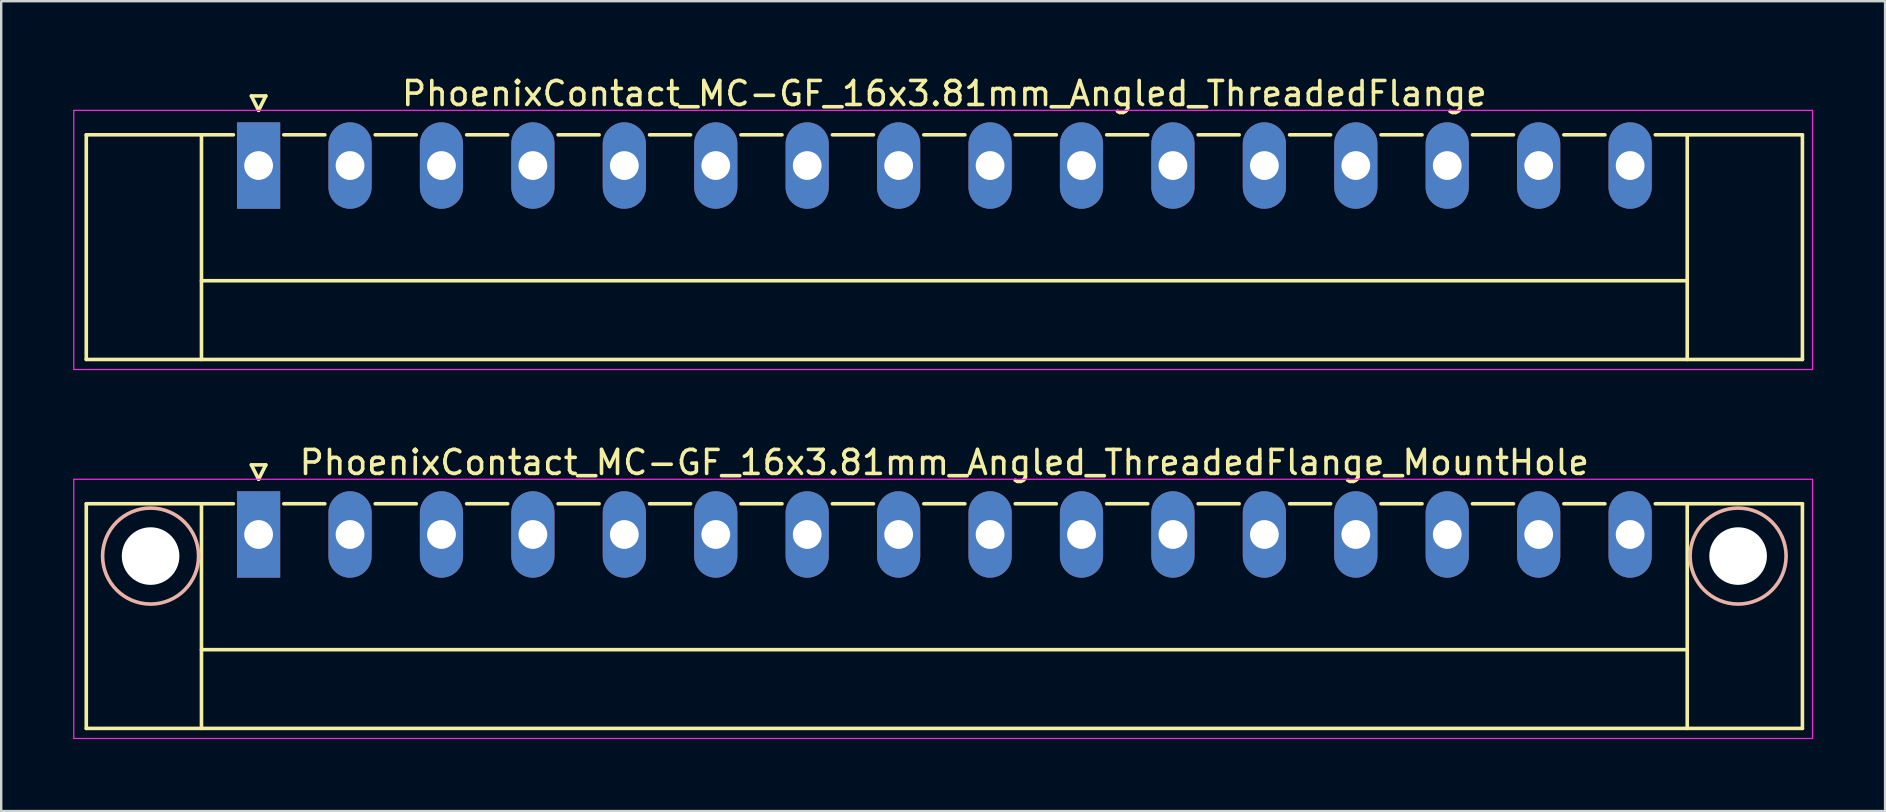
<source format=kicad_pcb>
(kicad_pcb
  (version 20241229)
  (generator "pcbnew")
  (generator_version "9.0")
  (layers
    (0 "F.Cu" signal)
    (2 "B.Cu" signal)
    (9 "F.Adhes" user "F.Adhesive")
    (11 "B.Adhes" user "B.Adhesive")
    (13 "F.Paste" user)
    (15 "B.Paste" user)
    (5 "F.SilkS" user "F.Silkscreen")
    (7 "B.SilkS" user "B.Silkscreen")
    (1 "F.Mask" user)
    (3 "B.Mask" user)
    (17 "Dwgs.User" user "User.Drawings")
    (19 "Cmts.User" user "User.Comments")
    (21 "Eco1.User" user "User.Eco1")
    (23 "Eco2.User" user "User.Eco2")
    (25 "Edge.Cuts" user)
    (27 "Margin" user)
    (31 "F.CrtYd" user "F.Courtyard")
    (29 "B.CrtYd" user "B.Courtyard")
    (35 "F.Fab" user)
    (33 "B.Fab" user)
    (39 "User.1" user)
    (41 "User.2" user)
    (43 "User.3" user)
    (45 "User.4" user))
  (footprint "PhoenixContact_MC-GF_16x3.81mm_Angled_ThreadedFlange"
    (layer "F.Cu")
    (at 7.725 3.848)
    (property "Reference" "PhoenixContact_MC-GF_16x3.81mm_Angled_ThreadedFlange" (at 28.575 -3 0) (layer "F.SilkS") (effects (font (size 1 1) (thickness 0.15))))
    (attr through_hole)
    (fp_line (start -7.18 -1.28) (end -7.18 8.08) (stroke (width 0.15) (type solid)) (layer "F.SilkS"))
    (fp_line (start -7.18 -1.28) (end -1.05 -1.28) (stroke (width 0.15) (type solid)) (layer "F.SilkS"))
    (fp_line (start -7.18 8.08) (end 64.33 8.08) (stroke (width 0.15) (type solid)) (layer "F.SilkS"))
    (fp_line (start -2.38 -1.28) (end -2.38 8.08) (stroke (width 0.15) (type solid)) (layer "F.SilkS"))
    (fp_line (start -2.38 4.8) (end 59.53 4.8) (stroke (width 0.15) (type solid)) (layer "F.SilkS"))
    (fp_line (start -0.3 -2.9) (end 0 -2.3) (stroke (width 0.15) (type solid)) (layer "F.SilkS"))
    (fp_line (start 0 -2.3) (end 0.3 -2.9) (stroke (width 0.15) (type solid)) (layer "F.SilkS"))
    (fp_line (start 0.3 -2.9) (end -0.3 -2.9) (stroke (width 0.15) (type solid)) (layer "F.SilkS"))
    (fp_line (start 1.05 -1.28) (end 2.76 -1.28) (stroke (width 0.15) (type solid)) (layer "F.SilkS"))
    (fp_line (start 4.86 -1.28) (end 6.57 -1.28) (stroke (width 0.15) (type solid)) (layer "F.SilkS"))
    (fp_line (start 8.67 -1.28) (end 10.38 -1.28) (stroke (width 0.15) (type solid)) (layer "F.SilkS"))
    (fp_line (start 12.48 -1.28) (end 14.19 -1.28) (stroke (width 0.15) (type solid)) (layer "F.SilkS"))
    (fp_line (start 16.29 -1.28) (end 18 -1.28) (stroke (width 0.15) (type solid)) (layer "F.SilkS"))
    (fp_line (start 20.1 -1.28) (end 21.81 -1.28) (stroke (width 0.15) (type solid)) (layer "F.SilkS"))
    (fp_line (start 23.91 -1.28) (end 25.62 -1.28) (stroke (width 0.15) (type solid)) (layer "F.SilkS"))
    (fp_line (start 27.72 -1.28) (end 29.43 -1.28) (stroke (width 0.15) (type solid)) (layer "F.SilkS"))
    (fp_line (start 31.53 -1.28) (end 33.24 -1.28) (stroke (width 0.15) (type solid)) (layer "F.SilkS"))
    (fp_line (start 35.34 -1.28) (end 37.05 -1.28) (stroke (width 0.15) (type solid)) (layer "F.SilkS"))
    (fp_line (start 39.15 -1.28) (end 40.86 -1.28) (stroke (width 0.15) (type solid)) (layer "F.SilkS"))
    (fp_line (start 42.96 -1.28) (end 44.67 -1.28) (stroke (width 0.15) (type solid)) (layer "F.SilkS"))
    (fp_line (start 46.77 -1.28) (end 48.48 -1.28) (stroke (width 0.15) (type solid)) (layer "F.SilkS"))
    (fp_line (start 50.58 -1.28) (end 52.29 -1.28) (stroke (width 0.15) (type solid)) (layer "F.SilkS"))
    (fp_line (start 54.39 -1.28) (end 56.1 -1.28) (stroke (width 0.15) (type solid)) (layer "F.SilkS"))
    (fp_line (start 59.53 -1.28) (end 59.53 8.08) (stroke (width 0.15) (type solid)) (layer "F.SilkS"))
    (fp_line (start 64.33 -1.28) (end 58.2 -1.28) (stroke (width 0.15) (type solid)) (layer "F.SilkS"))
    (fp_line (start 64.33 8.08) (end 64.33 -1.28) (stroke (width 0.15) (type solid)) (layer "F.SilkS"))
    (fp_line (start -7.7 -2.3) (end -7.7 8.5) (stroke (width 0.05) (type solid)) (layer "F.CrtYd"))
    (fp_line (start -7.7 8.5) (end 64.75 8.5) (stroke (width 0.05) (type solid)) (layer "F.CrtYd"))
    (fp_line (start 64.75 -2.3) (end -7.7 -2.3) (stroke (width 0.05) (type solid)) (layer "F.CrtYd"))
    (fp_line (start 64.75 8.5) (end 64.75 -2.3) (stroke (width 0.05) (type solid)) (layer "F.CrtYd"))
    (pad "1" thru_hole rect (at 0 0) (size 1.8 3.6) (drill 1.2) (layers "*.Cu" "*.Mask"))
    (pad "2" thru_hole oval (at 3.81 0) (size 1.8 3.6) (drill 1.2) (layers "*.Cu" "*.Mask"))
    (pad "3" thru_hole oval (at 7.62 0) (size 1.8 3.6) (drill 1.2) (layers "*.Cu" "*.Mask"))
    (pad "4" thru_hole oval (at 11.43 0) (size 1.8 3.6) (drill 1.2) (layers "*.Cu" "*.Mask"))
    (pad "5" thru_hole oval (at 15.24 0) (size 1.8 3.6) (drill 1.2) (layers "*.Cu" "*.Mask"))
    (pad "6" thru_hole oval (at 19.05 0) (size 1.8 3.6) (drill 1.2) (layers "*.Cu" "*.Mask"))
    (pad "7" thru_hole oval (at 22.86 0) (size 1.8 3.6) (drill 1.2) (layers "*.Cu" "*.Mask"))
    (pad "8" thru_hole oval (at 26.67 0) (size 1.8 3.6) (drill 1.2) (layers "*.Cu" "*.Mask"))
    (pad "9" thru_hole oval (at 30.48 0) (size 1.8 3.6) (drill 1.2) (layers "*.Cu" "*.Mask"))
    (pad "10" thru_hole oval (at 34.29 0) (size 1.8 3.6) (drill 1.2) (layers "*.Cu" "*.Mask"))
    (pad "11" thru_hole oval (at 38.1 0) (size 1.8 3.6) (drill 1.2) (layers "*.Cu" "*.Mask"))
    (pad "12" thru_hole oval (at 41.91 0) (size 1.8 3.6) (drill 1.2) (layers "*.Cu" "*.Mask"))
    (pad "13" thru_hole oval (at 45.72 0) (size 1.8 3.6) (drill 1.2) (layers "*.Cu" "*.Mask"))
    (pad "14" thru_hole oval (at 49.53 0) (size 1.8 3.6) (drill 1.2) (layers "*.Cu" "*.Mask"))
    (pad "15" thru_hole oval (at 53.34 0) (size 1.8 3.6) (drill 1.2) (layers "*.Cu" "*.Mask"))
    (pad "16" thru_hole oval (at 57.15 0) (size 1.8 3.6) (drill 1.2) (layers "*.Cu" "*.Mask")))
  (footprint "PhoenixContact_MC-GF_16x3.81mm_Angled_ThreadedFlange_MountHole"
    (layer "F.Cu")
    (at 7.725 19.221)
    (property "Reference" "PhoenixContact_MC-GF_16x3.81mm_Angled_ThreadedFlange_MountHole" (at 28.575 -3 0) (layer "F.SilkS") (effects (font (size 1 1) (thickness 0.15))))
    (attr through_hole)
    (fp_line (start -7.18 -1.28) (end -7.18 8.08) (stroke (width 0.15) (type solid)) (layer "F.SilkS"))
    (fp_line (start -7.18 -1.28) (end -1.05 -1.28) (stroke (width 0.15) (type solid)) (layer "F.SilkS"))
    (fp_line (start -7.18 8.08) (end 64.33 8.08) (stroke (width 0.15) (type solid)) (layer "F.SilkS"))
    (fp_line (start -2.38 -1.28) (end -2.38 8.08) (stroke (width 0.15) (type solid)) (layer "F.SilkS"))
    (fp_line (start -2.38 4.8) (end 59.53 4.8) (stroke (width 0.15) (type solid)) (layer "F.SilkS"))
    (fp_line (start -0.3 -2.9) (end 0 -2.3) (stroke (width 0.15) (type solid)) (layer "F.SilkS"))
    (fp_line (start 0 -2.3) (end 0.3 -2.9) (stroke (width 0.15) (type solid)) (layer "F.SilkS"))
    (fp_line (start 0.3 -2.9) (end -0.3 -2.9) (stroke (width 0.15) (type solid)) (layer "F.SilkS"))
    (fp_line (start 1.05 -1.28) (end 2.76 -1.28) (stroke (width 0.15) (type solid)) (layer "F.SilkS"))
    (fp_line (start 4.86 -1.28) (end 6.57 -1.28) (stroke (width 0.15) (type solid)) (layer "F.SilkS"))
    (fp_line (start 8.67 -1.28) (end 10.38 -1.28) (stroke (width 0.15) (type solid)) (layer "F.SilkS"))
    (fp_line (start 12.48 -1.28) (end 14.19 -1.28) (stroke (width 0.15) (type solid)) (layer "F.SilkS"))
    (fp_line (start 16.29 -1.28) (end 18 -1.28) (stroke (width 0.15) (type solid)) (layer "F.SilkS"))
    (fp_line (start 20.1 -1.28) (end 21.81 -1.28) (stroke (width 0.15) (type solid)) (layer "F.SilkS"))
    (fp_line (start 23.91 -1.28) (end 25.62 -1.28) (stroke (width 0.15) (type solid)) (layer "F.SilkS"))
    (fp_line (start 27.72 -1.28) (end 29.43 -1.28) (stroke (width 0.15) (type solid)) (layer "F.SilkS"))
    (fp_line (start 31.53 -1.28) (end 33.24 -1.28) (stroke (width 0.15) (type solid)) (layer "F.SilkS"))
    (fp_line (start 35.34 -1.28) (end 37.05 -1.28) (stroke (width 0.15) (type solid)) (layer "F.SilkS"))
    (fp_line (start 39.15 -1.28) (end 40.86 -1.28) (stroke (width 0.15) (type solid)) (layer "F.SilkS"))
    (fp_line (start 42.96 -1.28) (end 44.67 -1.28) (stroke (width 0.15) (type solid)) (layer "F.SilkS"))
    (fp_line (start 46.77 -1.28) (end 48.48 -1.28) (stroke (width 0.15) (type solid)) (layer "F.SilkS"))
    (fp_line (start 50.58 -1.28) (end 52.29 -1.28) (stroke (width 0.15) (type solid)) (layer "F.SilkS"))
    (fp_line (start 54.39 -1.28) (end 56.1 -1.28) (stroke (width 0.15) (type solid)) (layer "F.SilkS"))
    (fp_line (start 59.53 -1.28) (end 59.53 8.08) (stroke (width 0.15) (type solid)) (layer "F.SilkS"))
    (fp_line (start 64.33 -1.28) (end 58.2 -1.28) (stroke (width 0.15) (type solid)) (layer "F.SilkS"))
    (fp_line (start 64.33 8.08) (end 64.33 -1.28) (stroke (width 0.15) (type solid)) (layer "F.SilkS"))
    (fp_circle (center -4.5 0.9) (end -2.5 0.9) (stroke (width 0.15) (type solid)) (fill no) (layer "B.SilkS"))
    (fp_circle (center 61.65 0.9) (end 63.65 0.9) (stroke (width 0.15) (type solid)) (fill no) (layer "B.SilkS"))
    (fp_line (start -7.7 -2.3) (end -7.7 8.5) (stroke (width 0.05) (type solid)) (layer "F.CrtYd"))
    (fp_line (start -7.7 8.5) (end 64.75 8.5) (stroke (width 0.05) (type solid)) (layer "F.CrtYd"))
    (fp_line (start 64.75 -2.3) (end -7.7 -2.3) (stroke (width 0.05) (type solid)) (layer "F.CrtYd"))
    (fp_line (start 64.75 8.5) (end 64.75 -2.3) (stroke (width 0.05) (type solid)) (layer "F.CrtYd"))
    (pad "" np_thru_hole circle (at -4.5 0.9) (size 2.4 2.4) (drill 2.4) (layers "*.Cu" "*.Mask"))
    (pad "" np_thru_hole circle (at 61.65 0.9) (size 2.4 2.4) (drill 2.4) (layers "*.Cu" "*.Mask"))
    (pad "1" thru_hole rect (at 0 0) (size 1.8 3.6) (drill 1.2) (layers "*.Cu" "*.Mask"))
    (pad "2" thru_hole oval (at 3.81 0) (size 1.8 3.6) (drill 1.2) (layers "*.Cu" "*.Mask"))
    (pad "3" thru_hole oval (at 7.62 0) (size 1.8 3.6) (drill 1.2) (layers "*.Cu" "*.Mask"))
    (pad "4" thru_hole oval (at 11.43 0) (size 1.8 3.6) (drill 1.2) (layers "*.Cu" "*.Mask"))
    (pad "5" thru_hole oval (at 15.24 0) (size 1.8 3.6) (drill 1.2) (layers "*.Cu" "*.Mask"))
    (pad "6" thru_hole oval (at 19.05 0) (size 1.8 3.6) (drill 1.2) (layers "*.Cu" "*.Mask"))
    (pad "7" thru_hole oval (at 22.86 0) (size 1.8 3.6) (drill 1.2) (layers "*.Cu" "*.Mask"))
    (pad "8" thru_hole oval (at 26.67 0) (size 1.8 3.6) (drill 1.2) (layers "*.Cu" "*.Mask"))
    (pad "9" thru_hole oval (at 30.48 0) (size 1.8 3.6) (drill 1.2) (layers "*.Cu" "*.Mask"))
    (pad "10" thru_hole oval (at 34.29 0) (size 1.8 3.6) (drill 1.2) (layers "*.Cu" "*.Mask"))
    (pad "11" thru_hole oval (at 38.1 0) (size 1.8 3.6) (drill 1.2) (layers "*.Cu" "*.Mask"))
    (pad "12" thru_hole oval (at 41.91 0) (size 1.8 3.6) (drill 1.2) (layers "*.Cu" "*.Mask"))
    (pad "13" thru_hole oval (at 45.72 0) (size 1.8 3.6) (drill 1.2) (layers "*.Cu" "*.Mask"))
    (pad "14" thru_hole oval (at 49.53 0) (size 1.8 3.6) (drill 1.2) (layers "*.Cu" "*.Mask"))
    (pad "15" thru_hole oval (at 53.34 0) (size 1.8 3.6) (drill 1.2) (layers "*.Cu" "*.Mask"))
    (pad "16" thru_hole oval (at 57.15 0) (size 1.8 3.6) (drill 1.2) (layers "*.Cu" "*.Mask")))
  (gr_rect
    (start -3 -3)
    (end 75.5 30.747)
    (stroke (width 0.1) (type default))
    (fill no)
    (layer "Edge.Cuts")))
</source>
